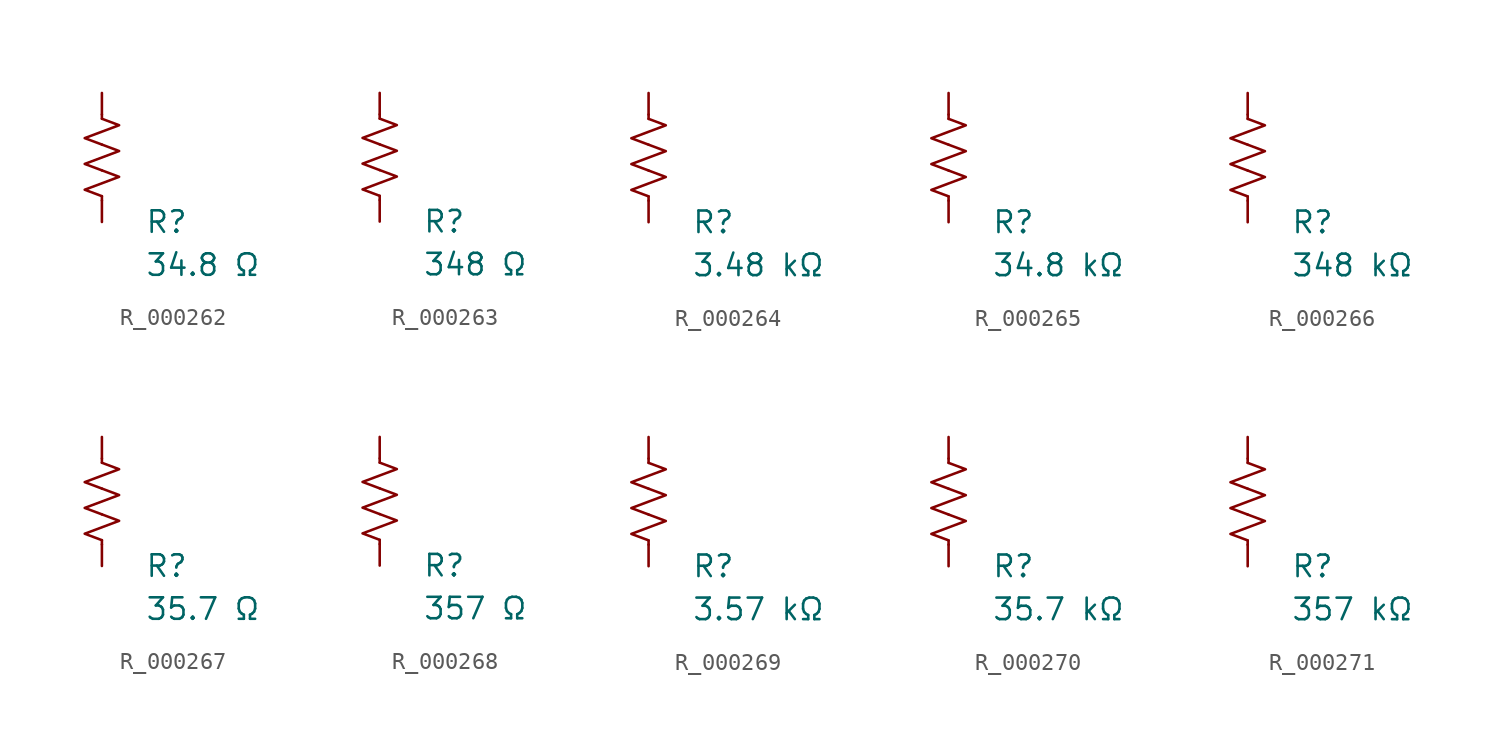
<source format=kicad_sym>
(kicad_symbol_lib
  (version 20231120)
  (generator "kicad_symbol_editor")
  (generator_version "8.0")
  (symbol "R_000262"
    (pin_numbers hide)
    (pin_names
      (offset 0))
    (property "Reference" "R"
      (at 2.54 -3.81 0)
      (effects (font (size 1.27 1.27)) (justify left))
      (show_name no))
    (property "Value" "34.8 Ω"
      (at 2.54 -6.35 0)
      (effects (font (size 1.27 1.27)) (justify left))
      (show_name no))
    (symbol "R_000262_0_1"
      (polyline (pts (xy 0 -2.286) (xy 0 -2.54)) (stroke (width 0) (type default)) (fill (type none)))
      (polyline (pts (xy 0 2.286) (xy 0 2.54)) (stroke (width 0) (type default)) (fill (type none)))
      (polyline (pts (xy 0 -0.762) (xy 1.016 -1.143) (xy 0 -1.524) (xy -1.016 -1.905) (xy 0 -2.286)) (stroke (width 0) (type default)) (fill (type none)))
      (polyline (pts (xy 0 0.762) (xy 1.016 0.381) (xy 0 0) (xy -1.016 -0.381) (xy 0 -0.762)) (stroke (width 0) (type default)) (fill (type none)))
      (polyline (pts (xy 0 2.286) (xy 1.016 1.905) (xy 0 1.524) (xy -1.016 1.143) (xy 0 0.762)) (stroke (width 0) (type default)) (fill (type none))))
    (symbol "R_000262_1_1"
      (pin passive line (at 0 3.81 270) (length 1.27) (name "~" (effects (font (size 1.27 1.27)))) (number "1" (effects (font (size 1.27 1.27)))))
      (pin passive line (at 0 -3.81 90) (length 1.27) (name "~" (effects (font (size 1.27 1.27)))) (number "2" (effects (font (size 1.27 1.27)))))))
  (symbol "R_000263"
    (pin_numbers hide)
    (pin_names
      (offset 0))
    (property "Reference" "R"
      (at 2.54 -3.81 0)
      (effects (font (size 1.27 1.27)) (justify left))
      (show_name no))
    (property "Value" "348 Ω"
      (at 2.54 -6.35 0)
      (effects (font (size 1.27 1.27)) (justify left))
      (show_name no))
    (symbol "R_000263_0_1"
      (polyline (pts (xy 0 -2.286) (xy 0 -2.54)) (stroke (width 0) (type default)) (fill (type none)))
      (polyline (pts (xy 0 2.286) (xy 0 2.54)) (stroke (width 0) (type default)) (fill (type none)))
      (polyline (pts (xy 0 -0.762) (xy 1.016 -1.143) (xy 0 -1.524) (xy -1.016 -1.905) (xy 0 -2.286)) (stroke (width 0) (type default)) (fill (type none)))
      (polyline (pts (xy 0 0.762) (xy 1.016 0.381) (xy 0 0) (xy -1.016 -0.381) (xy 0 -0.762)) (stroke (width 0) (type default)) (fill (type none)))
      (polyline (pts (xy 0 2.286) (xy 1.016 1.905) (xy 0 1.524) (xy -1.016 1.143) (xy 0 0.762)) (stroke (width 0) (type default)) (fill (type none))))
    (symbol "R_000263_1_1"
      (pin passive line (at 0 3.81 270) (length 1.27) (name "~" (effects (font (size 1.27 1.27)))) (number "1" (effects (font (size 1.27 1.27)))))
      (pin passive line (at 0 -3.81 90) (length 1.27) (name "~" (effects (font (size 1.27 1.27)))) (number "2" (effects (font (size 1.27 1.27)))))))
  (symbol "R_000264"
    (pin_numbers hide)
    (pin_names
      (offset 0))
    (property "Reference" "R"
      (at 2.54 -3.81 0)
      (effects (font (size 1.27 1.27)) (justify left))
      (show_name no))
    (property "Value" "3.48 kΩ"
      (at 2.54 -6.35 0)
      (effects (font (size 1.27 1.27)) (justify left))
      (show_name no))
    (symbol "R_000264_0_1"
      (polyline (pts (xy 0 -2.286) (xy 0 -2.54)) (stroke (width 0) (type default)) (fill (type none)))
      (polyline (pts (xy 0 2.286) (xy 0 2.54)) (stroke (width 0) (type default)) (fill (type none)))
      (polyline (pts (xy 0 -0.762) (xy 1.016 -1.143) (xy 0 -1.524) (xy -1.016 -1.905) (xy 0 -2.286)) (stroke (width 0) (type default)) (fill (type none)))
      (polyline (pts (xy 0 0.762) (xy 1.016 0.381) (xy 0 0) (xy -1.016 -0.381) (xy 0 -0.762)) (stroke (width 0) (type default)) (fill (type none)))
      (polyline (pts (xy 0 2.286) (xy 1.016 1.905) (xy 0 1.524) (xy -1.016 1.143) (xy 0 0.762)) (stroke (width 0) (type default)) (fill (type none))))
    (symbol "R_000264_1_1"
      (pin passive line (at 0 3.81 270) (length 1.27) (name "~" (effects (font (size 1.27 1.27)))) (number "1" (effects (font (size 1.27 1.27)))))
      (pin passive line (at 0 -3.81 90) (length 1.27) (name "~" (effects (font (size 1.27 1.27)))) (number "2" (effects (font (size 1.27 1.27)))))))
  (symbol "R_000265"
    (pin_numbers hide)
    (pin_names
      (offset 0))
    (property "Reference" "R"
      (at 2.54 -3.81 0)
      (effects (font (size 1.27 1.27)) (justify left))
      (show_name no))
    (property "Value" "34.8 kΩ"
      (at 2.54 -6.35 0)
      (effects (font (size 1.27 1.27)) (justify left))
      (show_name no))
    (symbol "R_000265_0_1"
      (polyline (pts (xy 0 -2.286) (xy 0 -2.54)) (stroke (width 0) (type default)) (fill (type none)))
      (polyline (pts (xy 0 2.286) (xy 0 2.54)) (stroke (width 0) (type default)) (fill (type none)))
      (polyline (pts (xy 0 -0.762) (xy 1.016 -1.143) (xy 0 -1.524) (xy -1.016 -1.905) (xy 0 -2.286)) (stroke (width 0) (type default)) (fill (type none)))
      (polyline (pts (xy 0 0.762) (xy 1.016 0.381) (xy 0 0) (xy -1.016 -0.381) (xy 0 -0.762)) (stroke (width 0) (type default)) (fill (type none)))
      (polyline (pts (xy 0 2.286) (xy 1.016 1.905) (xy 0 1.524) (xy -1.016 1.143) (xy 0 0.762)) (stroke (width 0) (type default)) (fill (type none))))
    (symbol "R_000265_1_1"
      (pin passive line (at 0 3.81 270) (length 1.27) (name "~" (effects (font (size 1.27 1.27)))) (number "1" (effects (font (size 1.27 1.27)))))
      (pin passive line (at 0 -3.81 90) (length 1.27) (name "~" (effects (font (size 1.27 1.27)))) (number "2" (effects (font (size 1.27 1.27)))))))
  (symbol "R_000266"
    (pin_numbers hide)
    (pin_names
      (offset 0))
    (property "Reference" "R"
      (at 2.54 -3.81 0)
      (effects (font (size 1.27 1.27)) (justify left))
      (show_name no))
    (property "Value" "348 kΩ"
      (at 2.54 -6.35 0)
      (effects (font (size 1.27 1.27)) (justify left))
      (show_name no))
    (symbol "R_000266_0_1"
      (polyline (pts (xy 0 -2.286) (xy 0 -2.54)) (stroke (width 0) (type default)) (fill (type none)))
      (polyline (pts (xy 0 2.286) (xy 0 2.54)) (stroke (width 0) (type default)) (fill (type none)))
      (polyline (pts (xy 0 -0.762) (xy 1.016 -1.143) (xy 0 -1.524) (xy -1.016 -1.905) (xy 0 -2.286)) (stroke (width 0) (type default)) (fill (type none)))
      (polyline (pts (xy 0 0.762) (xy 1.016 0.381) (xy 0 0) (xy -1.016 -0.381) (xy 0 -0.762)) (stroke (width 0) (type default)) (fill (type none)))
      (polyline (pts (xy 0 2.286) (xy 1.016 1.905) (xy 0 1.524) (xy -1.016 1.143) (xy 0 0.762)) (stroke (width 0) (type default)) (fill (type none))))
    (symbol "R_000266_1_1"
      (pin passive line (at 0 3.81 270) (length 1.27) (name "~" (effects (font (size 1.27 1.27)))) (number "1" (effects (font (size 1.27 1.27)))))
      (pin passive line (at 0 -3.81 90) (length 1.27) (name "~" (effects (font (size 1.27 1.27)))) (number "2" (effects (font (size 1.27 1.27)))))))
  (symbol "R_000267"
    (pin_numbers hide)
    (pin_names
      (offset 0))
    (property "Reference" "R"
      (at 2.54 -3.81 0)
      (effects (font (size 1.27 1.27)) (justify left))
      (show_name no))
    (property "Value" "35.7 Ω"
      (at 2.54 -6.35 0)
      (effects (font (size 1.27 1.27)) (justify left))
      (show_name no))
    (symbol "R_000267_0_1"
      (polyline (pts (xy 0 -2.286) (xy 0 -2.54)) (stroke (width 0) (type default)) (fill (type none)))
      (polyline (pts (xy 0 2.286) (xy 0 2.54)) (stroke (width 0) (type default)) (fill (type none)))
      (polyline (pts (xy 0 -0.762) (xy 1.016 -1.143) (xy 0 -1.524) (xy -1.016 -1.905) (xy 0 -2.286)) (stroke (width 0) (type default)) (fill (type none)))
      (polyline (pts (xy 0 0.762) (xy 1.016 0.381) (xy 0 0) (xy -1.016 -0.381) (xy 0 -0.762)) (stroke (width 0) (type default)) (fill (type none)))
      (polyline (pts (xy 0 2.286) (xy 1.016 1.905) (xy 0 1.524) (xy -1.016 1.143) (xy 0 0.762)) (stroke (width 0) (type default)) (fill (type none))))
    (symbol "R_000267_1_1"
      (pin passive line (at 0 3.81 270) (length 1.27) (name "~" (effects (font (size 1.27 1.27)))) (number "1" (effects (font (size 1.27 1.27)))))
      (pin passive line (at 0 -3.81 90) (length 1.27) (name "~" (effects (font (size 1.27 1.27)))) (number "2" (effects (font (size 1.27 1.27)))))))
  (symbol "R_000268"
    (pin_numbers hide)
    (pin_names
      (offset 0))
    (property "Reference" "R"
      (at 2.54 -3.81 0)
      (effects (font (size 1.27 1.27)) (justify left))
      (show_name no))
    (property "Value" "357 Ω"
      (at 2.54 -6.35 0)
      (effects (font (size 1.27 1.27)) (justify left))
      (show_name no))
    (symbol "R_000268_0_1"
      (polyline (pts (xy 0 -2.286) (xy 0 -2.54)) (stroke (width 0) (type default)) (fill (type none)))
      (polyline (pts (xy 0 2.286) (xy 0 2.54)) (stroke (width 0) (type default)) (fill (type none)))
      (polyline (pts (xy 0 -0.762) (xy 1.016 -1.143) (xy 0 -1.524) (xy -1.016 -1.905) (xy 0 -2.286)) (stroke (width 0) (type default)) (fill (type none)))
      (polyline (pts (xy 0 0.762) (xy 1.016 0.381) (xy 0 0) (xy -1.016 -0.381) (xy 0 -0.762)) (stroke (width 0) (type default)) (fill (type none)))
      (polyline (pts (xy 0 2.286) (xy 1.016 1.905) (xy 0 1.524) (xy -1.016 1.143) (xy 0 0.762)) (stroke (width 0) (type default)) (fill (type none))))
    (symbol "R_000268_1_1"
      (pin passive line (at 0 3.81 270) (length 1.27) (name "~" (effects (font (size 1.27 1.27)))) (number "1" (effects (font (size 1.27 1.27)))))
      (pin passive line (at 0 -3.81 90) (length 1.27) (name "~" (effects (font (size 1.27 1.27)))) (number "2" (effects (font (size 1.27 1.27)))))))
  (symbol "R_000269"
    (pin_numbers hide)
    (pin_names
      (offset 0))
    (property "Reference" "R"
      (at 2.54 -3.81 0)
      (effects (font (size 1.27 1.27)) (justify left))
      (show_name no))
    (property "Value" "3.57 kΩ"
      (at 2.54 -6.35 0)
      (effects (font (size 1.27 1.27)) (justify left))
      (show_name no))
    (symbol "R_000269_0_1"
      (polyline (pts (xy 0 -2.286) (xy 0 -2.54)) (stroke (width 0) (type default)) (fill (type none)))
      (polyline (pts (xy 0 2.286) (xy 0 2.54)) (stroke (width 0) (type default)) (fill (type none)))
      (polyline (pts (xy 0 -0.762) (xy 1.016 -1.143) (xy 0 -1.524) (xy -1.016 -1.905) (xy 0 -2.286)) (stroke (width 0) (type default)) (fill (type none)))
      (polyline (pts (xy 0 0.762) (xy 1.016 0.381) (xy 0 0) (xy -1.016 -0.381) (xy 0 -0.762)) (stroke (width 0) (type default)) (fill (type none)))
      (polyline (pts (xy 0 2.286) (xy 1.016 1.905) (xy 0 1.524) (xy -1.016 1.143) (xy 0 0.762)) (stroke (width 0) (type default)) (fill (type none))))
    (symbol "R_000269_1_1"
      (pin passive line (at 0 3.81 270) (length 1.27) (name "~" (effects (font (size 1.27 1.27)))) (number "1" (effects (font (size 1.27 1.27)))))
      (pin passive line (at 0 -3.81 90) (length 1.27) (name "~" (effects (font (size 1.27 1.27)))) (number "2" (effects (font (size 1.27 1.27)))))))
  (symbol "R_000270"
    (pin_numbers hide)
    (pin_names
      (offset 0))
    (property "Reference" "R"
      (at 2.54 -3.81 0)
      (effects (font (size 1.27 1.27)) (justify left))
      (show_name no))
    (property "Value" "35.7 kΩ"
      (at 2.54 -6.35 0)
      (effects (font (size 1.27 1.27)) (justify left))
      (show_name no))
    (symbol "R_000270_0_1"
      (polyline (pts (xy 0 -2.286) (xy 0 -2.54)) (stroke (width 0) (type default)) (fill (type none)))
      (polyline (pts (xy 0 2.286) (xy 0 2.54)) (stroke (width 0) (type default)) (fill (type none)))
      (polyline (pts (xy 0 -0.762) (xy 1.016 -1.143) (xy 0 -1.524) (xy -1.016 -1.905) (xy 0 -2.286)) (stroke (width 0) (type default)) (fill (type none)))
      (polyline (pts (xy 0 0.762) (xy 1.016 0.381) (xy 0 0) (xy -1.016 -0.381) (xy 0 -0.762)) (stroke (width 0) (type default)) (fill (type none)))
      (polyline (pts (xy 0 2.286) (xy 1.016 1.905) (xy 0 1.524) (xy -1.016 1.143) (xy 0 0.762)) (stroke (width 0) (type default)) (fill (type none))))
    (symbol "R_000270_1_1"
      (pin passive line (at 0 3.81 270) (length 1.27) (name "~" (effects (font (size 1.27 1.27)))) (number "1" (effects (font (size 1.27 1.27)))))
      (pin passive line (at 0 -3.81 90) (length 1.27) (name "~" (effects (font (size 1.27 1.27)))) (number "2" (effects (font (size 1.27 1.27)))))))
  (symbol "R_000271"
    (pin_numbers hide)
    (pin_names
      (offset 0))
    (property "Reference" "R"
      (at 2.54 -3.81 0)
      (effects (font (size 1.27 1.27)) (justify left))
      (show_name no))
    (property "Value" "357 kΩ"
      (at 2.54 -6.35 0)
      (effects (font (size 1.27 1.27)) (justify left))
      (show_name no))
    (symbol "R_000271_0_1"
      (polyline (pts (xy 0 -2.286) (xy 0 -2.54)) (stroke (width 0) (type default)) (fill (type none)))
      (polyline (pts (xy 0 2.286) (xy 0 2.54)) (stroke (width 0) (type default)) (fill (type none)))
      (polyline (pts (xy 0 -0.762) (xy 1.016 -1.143) (xy 0 -1.524) (xy -1.016 -1.905) (xy 0 -2.286)) (stroke (width 0) (type default)) (fill (type none)))
      (polyline (pts (xy 0 0.762) (xy 1.016 0.381) (xy 0 0) (xy -1.016 -0.381) (xy 0 -0.762)) (stroke (width 0) (type default)) (fill (type none)))
      (polyline (pts (xy 0 2.286) (xy 1.016 1.905) (xy 0 1.524) (xy -1.016 1.143) (xy 0 0.762)) (stroke (width 0) (type default)) (fill (type none))))
    (symbol "R_000271_1_1"
      (pin passive line (at 0 3.81 270) (length 1.27) (name "~" (effects (font (size 1.27 1.27)))) (number "1" (effects (font (size 1.27 1.27)))))
      (pin passive line (at 0 -3.81 90) (length 1.27) (name "~" (effects (font (size 1.27 1.27)))) (number "2" (effects (font (size 1.27 1.27))))))))
</source>
